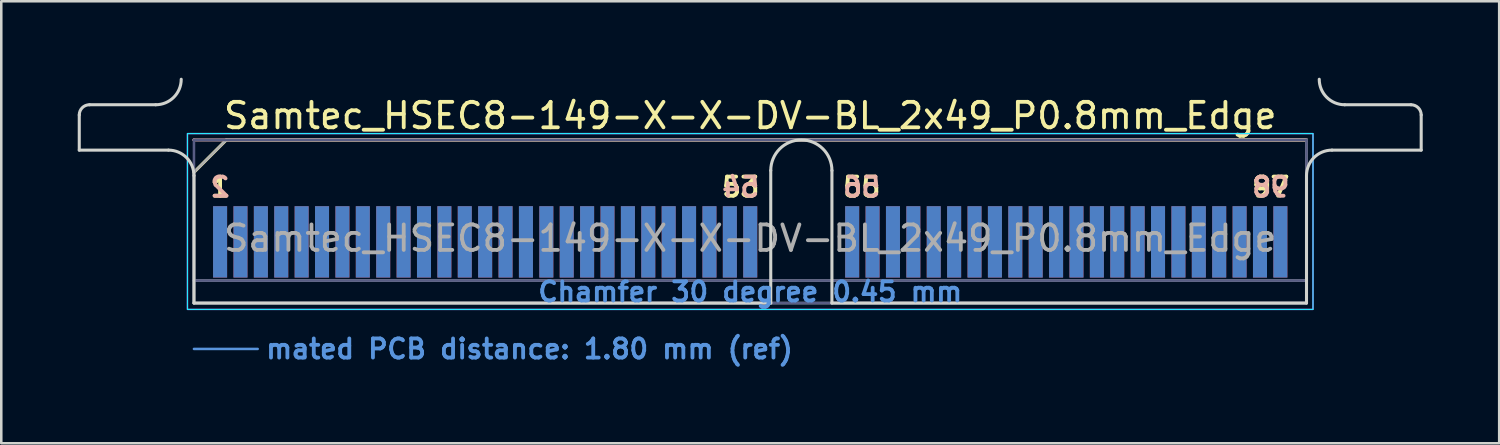
<source format=kicad_pcb>
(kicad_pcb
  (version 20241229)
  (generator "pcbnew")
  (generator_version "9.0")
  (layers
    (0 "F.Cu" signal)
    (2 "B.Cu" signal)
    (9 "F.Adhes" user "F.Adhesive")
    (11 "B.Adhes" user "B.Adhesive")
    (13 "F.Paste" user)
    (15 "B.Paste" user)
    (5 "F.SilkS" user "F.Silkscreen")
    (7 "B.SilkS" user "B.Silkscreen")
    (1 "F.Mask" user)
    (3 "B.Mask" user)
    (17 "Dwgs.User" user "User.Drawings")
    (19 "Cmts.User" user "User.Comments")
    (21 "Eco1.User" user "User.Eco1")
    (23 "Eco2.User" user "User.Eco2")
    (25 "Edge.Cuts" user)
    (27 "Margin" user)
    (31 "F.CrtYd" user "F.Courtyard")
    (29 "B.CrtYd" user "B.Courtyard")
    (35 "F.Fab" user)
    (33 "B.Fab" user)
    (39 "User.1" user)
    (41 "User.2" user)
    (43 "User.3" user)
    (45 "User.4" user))
  (footprint "Samtec_HSEC8-149-X-X-DV-BL_2x49_P0.8mm_Edge"
    (layer "F.Cu")
    (at 26.385 8.84)
    (property "Reference" "Samtec_HSEC8-149-X-X-DV-BL_2x49_P0.8mm_Edge" (at 0 -7.35 0) (layer "F.SilkS") (effects (font (size 1 1) (thickness 0.15))))
    (attr exclude_from_pos_files exclude_from_bom)
    (fp_line (start -21.825 -5.13) (end -20.555 -6.4) (stroke (width 0.12) (type solid)) (layer "F.SilkS"))
    (fp_line (start -20.555 -6.4) (end 21.825 -6.4) (stroke (width 0.12) (type solid)) (layer "F.SilkS"))
    (fp_line (start -21.825 -6.4) (end -21.825 -6.4) (stroke (width 0.12) (type solid)) (layer "B.SilkS"))
    (fp_line (start -21.825 -6.4) (end 21.825 -6.4) (stroke (width 0.12) (type solid)) (layer "B.SilkS"))
    (fp_line (start -21.825 1.8) (end -19.325 1.8) (stroke (width 0.1) (type solid)) (layer "Cmts.User"))
    (fp_line (start -26.325 -6) (end -26.325 -7.38) (stroke (width 0.12) (type solid)) (layer "Edge.Cuts"))
    (fp_line (start -25.925 -7.78) (end -23.325 -7.78) (stroke (width 0.12) (type solid)) (layer "Edge.Cuts"))
    (fp_line (start -22.825 -6) (end -26.325 -6) (stroke (width 0.12) (type solid)) (layer "Edge.Cuts"))
    (fp_line (start -21.825 -5) (end -21.825 0) (stroke (width 0.12) (type solid)) (layer "Edge.Cuts"))
    (fp_line (start -21.825 0) (end 0.805 0) (stroke (width 0.12) (type solid)) (layer "Edge.Cuts"))
    (fp_line (start 0.805 0) (end 0.805 -5.2) (stroke (width 0.12) (type solid)) (layer "Edge.Cuts"))
    (fp_line (start 3.205 -5.2) (end 3.205 0) (stroke (width 0.12) (type solid)) (layer "Edge.Cuts"))
    (fp_line (start 3.205 0) (end 21.825 0) (stroke (width 0.12) (type solid)) (layer "Edge.Cuts"))
    (fp_line (start 21.825 0) (end 21.825 -5) (stroke (width 0.12) (type solid)) (layer "Edge.Cuts"))
    (fp_line (start 22.825 -6) (end 26.325 -6) (stroke (width 0.12) (type solid)) (layer "Edge.Cuts"))
    (fp_line (start 25.925 -7.78) (end 23.325 -7.78) (stroke (width 0.12) (type solid)) (layer "Edge.Cuts"))
    (fp_line (start 26.325 -6) (end 26.325 -7.38) (stroke (width 0.12) (type solid)) (layer "Edge.Cuts"))
    (fp_arc (start -26.325 -7.38) (mid -26.207843 -7.662843) (end -25.925 -7.78) (stroke (width 0.12) (type solid)) (layer "Edge.Cuts"))
    (fp_arc (start -22.825 -6) (mid -22.117893 -5.707107) (end -21.825 -5) (stroke (width 0.12) (type solid)) (layer "Edge.Cuts"))
    (fp_arc (start -22.325 -8.78) (mid -22.617893 -8.072893) (end -23.325 -7.78) (stroke (width 0.12) (type solid)) (layer "Edge.Cuts"))
    (fp_arc (start 0.805 -5.2) (mid 2.005 -6.4) (end 3.205 -5.2) (stroke (width 0.12) (type solid)) (layer "Edge.Cuts"))
    (fp_arc (start 21.825 -5) (mid 22.117893 -5.707107) (end 22.825 -6) (stroke (width 0.12) (type solid)) (layer "Edge.Cuts"))
    (fp_arc (start 23.325 -7.78) (mid 22.617893 -8.072893) (end 22.325 -8.78) (stroke (width 0.12) (type solid)) (layer "Edge.Cuts"))
    (fp_arc (start 25.925 -7.78) (mid 26.207843 -7.662843) (end 26.325 -7.38) (stroke (width 0.12) (type solid)) (layer "Edge.Cuts"))
    (fp_rect (start -22.08 -6.65) (end 22.08 0.25) (stroke (width 0.05) (type solid)) (fill no) (layer "B.CrtYd"))
    (fp_rect (start -22.08 -6.65) (end 22.08 0.25) (stroke (width 0.05) (type solid)) (fill no) (layer "F.CrtYd"))
    (fp_line (start -21.825 -6.4) (end -21.825 -6.4) (stroke (width 0.1) (type solid)) (layer "B.Fab"))
    (fp_line (start -21.825 -6.4) (end -21.825 0) (stroke (width 0.1) (type solid)) (layer "B.Fab"))
    (fp_line (start -21.825 -6.4) (end 21.825 -6.4) (stroke (width 0.1) (type solid)) (layer "B.Fab"))
    (fp_line (start -21.825 -0.88) (end 21.825 -0.88) (stroke (width 0.1) (type solid)) (layer "B.Fab"))
    (fp_line (start -21.825 0) (end 21.825 0) (stroke (width 0.1) (type solid)) (layer "B.Fab"))
    (fp_line (start 21.825 -6.4) (end 21.825 0) (stroke (width 0.1) (type solid)) (layer "B.Fab"))
    (fp_line (start -21.825 -5.13) (end -21.825 0) (stroke (width 0.1) (type solid)) (layer "F.Fab"))
    (fp_line (start -21.825 -5.13) (end -20.555 -6.4) (stroke (width 0.1) (type solid)) (layer "F.Fab"))
    (fp_line (start -21.825 -0.88) (end 21.825 -0.88) (stroke (width 0.1) (type solid)) (layer "F.Fab"))
    (fp_line (start -21.825 0) (end 21.825 0) (stroke (width 0.1) (type solid)) (layer "F.Fab"))
    (fp_line (start -20.555 -6.4) (end 21.825 -6.4) (stroke (width 0.1) (type solid)) (layer "F.Fab"))
    (fp_line (start 21.825 -6.4) (end 21.825 0) (stroke (width 0.1) (type solid)) (layer "F.Fab"))
    (fp_text user "55" (at 4.375 -4.55 0) (layer "F.SilkS") (effects (font (size 0.75 0.75) (thickness 0.15))))
    (fp_text user "1" (at -20.8 -4.55 0) (layer "F.SilkS") (effects (font (size 0.75 0.75) (thickness 0.15))))
    (fp_text user "97" (at 20.425 -4.55 0) (layer "F.SilkS") (effects (font (size 0.75 0.75) (thickness 0.15))))
    (fp_text user "53" (at -0.375 -4.55 0) (layer "F.SilkS") (effects (font (size 0.75 0.75) (thickness 0.15))))
    (fp_text user "2" (at -20.8 -4.55 0) (layer "B.SilkS") (effects (font (size 0.75 0.75) (thickness 0.15)) (justify mirror)))
    (fp_text user "54" (at -0.375 -4.55 0) (layer "B.SilkS") (effects (font (size 0.75 0.75) (thickness 0.15)) (justify mirror)))
    (fp_text user "98" (at 20.425 -4.55 0) (layer "B.SilkS") (effects (font (size 0.75 0.75) (thickness 0.15)) (justify mirror)))
    (fp_text user "56" (at 4.375 -4.55 0) (layer "B.SilkS") (effects (font (size 0.75 0.75) (thickness 0.15)) (justify mirror)))
    (fp_text user "mated PCB distance: 1.80 mm (ref)" (at -19.08 1.8 0) (layer "Cmts.User") (effects (font (size 0.75 0.75) (thickness 0.15)) (justify left)))
    (fp_text user "Chamfer 30 degree 0.45 mm" (at 0 -0.44 0) (layer "Cmts.User") (effects (font (size 0.75 0.75) (thickness 0.15))))
    (fp_text user "${REFERENCE}" (at 0 -2.54 0) (layer "F.Fab") (effects (font (size 1 1) (thickness 0.15))))
    (pad "1" connect rect (at -20.8 -2.4) (size 0.55 2.8) (layers "F.Cu" "F.Mask"))
    (pad "2" connect rect (at -20.8 -2.4) (size 0.55 2.8) (layers "B.Cu" "B.Mask"))
    (pad "3" connect rect (at -20 -2.4) (size 0.55 2.8) (layers "F.Cu" "F.Mask"))
    (pad "4" connect rect (at -20 -2.4) (size 0.55 2.8) (layers "B.Cu" "B.Mask"))
    (pad "5" connect rect (at -19.2 -2.4) (size 0.55 2.8) (layers "F.Cu" "F.Mask"))
    (pad "6" connect rect (at -19.2 -2.4) (size 0.55 2.8) (layers "B.Cu" "B.Mask"))
    (pad "7" connect rect (at -18.4 -2.4) (size 0.55 2.8) (layers "F.Cu" "F.Mask"))
    (pad "8" connect rect (at -18.4 -2.4) (size 0.55 2.8) (layers "B.Cu" "B.Mask"))
    (pad "9" connect rect (at -17.6 -2.4) (size 0.55 2.8) (layers "F.Cu" "F.Mask"))
    (pad "10" connect rect (at -17.6 -2.4) (size 0.55 2.8) (layers "B.Cu" "B.Mask"))
    (pad "11" connect rect (at -16.8 -2.4) (size 0.55 2.8) (layers "F.Cu" "F.Mask"))
    (pad "12" connect rect (at -16.8 -2.4) (size 0.55 2.8) (layers "B.Cu" "B.Mask"))
    (pad "13" connect rect (at -16 -2.4) (size 0.55 2.8) (layers "F.Cu" "F.Mask"))
    (pad "14" connect rect (at -16 -2.4) (size 0.55 2.8) (layers "B.Cu" "B.Mask"))
    (pad "15" connect rect (at -15.2 -2.4) (size 0.55 2.8) (layers "F.Cu" "F.Mask"))
    (pad "16" connect rect (at -15.2 -2.4) (size 0.55 2.8) (layers "B.Cu" "B.Mask"))
    (pad "17" connect rect (at -14.4 -2.4) (size 0.55 2.8) (layers "F.Cu" "F.Mask"))
    (pad "18" connect rect (at -14.4 -2.4) (size 0.55 2.8) (layers "B.Cu" "B.Mask"))
    (pad "19" connect rect (at -13.6 -2.4) (size 0.55 2.8) (layers "F.Cu" "F.Mask"))
    (pad "20" connect rect (at -13.6 -2.4) (size 0.55 2.8) (layers "B.Cu" "B.Mask"))
    (pad "21" connect rect (at -12.8 -2.4) (size 0.55 2.8) (layers "F.Cu" "F.Mask"))
    (pad "22" connect rect (at -12.8 -2.4) (size 0.55 2.8) (layers "B.Cu" "B.Mask"))
    (pad "23" connect rect (at -12 -2.4) (size 0.55 2.8) (layers "F.Cu" "F.Mask"))
    (pad "24" connect rect (at -12 -2.4) (size 0.55 2.8) (layers "B.Cu" "B.Mask"))
    (pad "25" connect rect (at -11.2 -2.4) (size 0.55 2.8) (layers "F.Cu" "F.Mask"))
    (pad "26" connect rect (at -11.2 -2.4) (size 0.55 2.8) (layers "B.Cu" "B.Mask"))
    (pad "27" connect rect (at -10.4 -2.4) (size 0.55 2.8) (layers "F.Cu" "F.Mask"))
    (pad "28" connect rect (at -10.4 -2.4) (size 0.55 2.8) (layers "B.Cu" "B.Mask"))
    (pad "29" connect rect (at -9.6 -2.4) (size 0.55 2.8) (layers "F.Cu" "F.Mask"))
    (pad "30" connect rect (at -9.6 -2.4) (size 0.55 2.8) (layers "B.Cu" "B.Mask"))
    (pad "31" connect rect (at -8.8 -2.4) (size 0.55 2.8) (layers "F.Cu" "F.Mask"))
    (pad "32" connect rect (at -8.8 -2.4) (size 0.55 2.8) (layers "B.Cu" "B.Mask"))
    (pad "33" connect rect (at -8 -2.4) (size 0.55 2.8) (layers "F.Cu" "F.Mask"))
    (pad "34" connect rect (at -8 -2.4) (size 0.55 2.8) (layers "B.Cu" "B.Mask"))
    (pad "35" connect rect (at -7.2 -2.4) (size 0.55 2.8) (layers "F.Cu" "F.Mask"))
    (pad "36" connect rect (at -7.2 -2.4) (size 0.55 2.8) (layers "B.Cu" "B.Mask"))
    (pad "37" connect rect (at -6.4 -2.4) (size 0.55 2.8) (layers "F.Cu" "F.Mask"))
    (pad "38" connect rect (at -6.4 -2.4) (size 0.55 2.8) (layers "B.Cu" "B.Mask"))
    (pad "39" connect rect (at -5.6 -2.4) (size 0.55 2.8) (layers "F.Cu" "F.Mask"))
    (pad "40" connect rect (at -5.6 -2.4) (size 0.55 2.8) (layers "B.Cu" "B.Mask"))
    (pad "41" connect rect (at -4.8 -2.4) (size 0.55 2.8) (layers "F.Cu" "F.Mask"))
    (pad "42" connect rect (at -4.8 -2.4) (size 0.55 2.8) (layers "B.Cu" "B.Mask"))
    (pad "43" connect rect (at -4 -2.4) (size 0.55 2.8) (layers "F.Cu" "F.Mask"))
    (pad "44" connect rect (at -4 -2.4) (size 0.55 2.8) (layers "B.Cu" "B.Mask"))
    (pad "45" connect rect (at -3.2 -2.4) (size 0.55 2.8) (layers "F.Cu" "F.Mask"))
    (pad "46" connect rect (at -3.2 -2.4) (size 0.55 2.8) (layers "B.Cu" "B.Mask"))
    (pad "47" connect rect (at -2.4 -2.4) (size 0.55 2.8) (layers "F.Cu" "F.Mask"))
    (pad "48" connect rect (at -2.4 -2.4) (size 0.55 2.8) (layers "B.Cu" "B.Mask"))
    (pad "49" connect rect (at -1.6 -2.4) (size 0.55 2.8) (layers "F.Cu" "F.Mask"))
    (pad "50" connect rect (at -1.6 -2.4) (size 0.55 2.8) (layers "B.Cu" "B.Mask"))
    (pad "51" connect rect (at -0.8 -2.4) (size 0.55 2.8) (layers "F.Cu" "F.Mask"))
    (pad "52" connect rect (at -0.8 -2.4) (size 0.55 2.8) (layers "B.Cu" "B.Mask"))
    (pad "53" connect rect (at 0 -2.4) (size 0.55 2.8) (layers "F.Cu" "F.Mask"))
    (pad "54" connect rect (at 0 -2.4) (size 0.55 2.8) (layers "B.Cu" "B.Mask"))
    (pad "55" connect rect (at 4 -2.4) (size 0.55 2.8) (layers "F.Cu" "F.Mask"))
    (pad "56" connect rect (at 4 -2.4) (size 0.55 2.8) (layers "B.Cu" "B.Mask"))
    (pad "57" connect rect (at 4.8 -2.4) (size 0.55 2.8) (layers "F.Cu" "F.Mask"))
    (pad "58" connect rect (at 4.8 -2.4) (size 0.55 2.8) (layers "B.Cu" "B.Mask"))
    (pad "59" connect rect (at 5.6 -2.4) (size 0.55 2.8) (layers "F.Cu" "F.Mask"))
    (pad "60" connect rect (at 5.6 -2.4) (size 0.55 2.8) (layers "B.Cu" "B.Mask"))
    (pad "61" connect rect (at 6.4 -2.4) (size 0.55 2.8) (layers "F.Cu" "F.Mask"))
    (pad "62" connect rect (at 6.4 -2.4) (size 0.55 2.8) (layers "B.Cu" "B.Mask"))
    (pad "63" connect rect (at 7.2 -2.4) (size 0.55 2.8) (layers "F.Cu" "F.Mask"))
    (pad "64" connect rect (at 7.2 -2.4) (size 0.55 2.8) (layers "B.Cu" "B.Mask"))
    (pad "65" connect rect (at 8 -2.4) (size 0.55 2.8) (layers "F.Cu" "F.Mask"))
    (pad "66" connect rect (at 8 -2.4) (size 0.55 2.8) (layers "B.Cu" "B.Mask"))
    (pad "67" connect rect (at 8.8 -2.4) (size 0.55 2.8) (layers "F.Cu" "F.Mask"))
    (pad "68" connect rect (at 8.8 -2.4) (size 0.55 2.8) (layers "B.Cu" "B.Mask"))
    (pad "69" connect rect (at 9.6 -2.4) (size 0.55 2.8) (layers "F.Cu" "F.Mask"))
    (pad "70" connect rect (at 9.6 -2.4) (size 0.55 2.8) (layers "B.Cu" "B.Mask"))
    (pad "71" connect rect (at 10.4 -2.4) (size 0.55 2.8) (layers "F.Cu" "F.Mask"))
    (pad "72" connect rect (at 10.4 -2.4) (size 0.55 2.8) (layers "B.Cu" "B.Mask"))
    (pad "73" connect rect (at 11.2 -2.4) (size 0.55 2.8) (layers "F.Cu" "F.Mask"))
    (pad "74" connect rect (at 11.2 -2.4) (size 0.55 2.8) (layers "B.Cu" "B.Mask"))
    (pad "75" connect rect (at 12 -2.4) (size 0.55 2.8) (layers "F.Cu" "F.Mask"))
    (pad "76" connect rect (at 12 -2.4) (size 0.55 2.8) (layers "B.Cu" "B.Mask"))
    (pad "77" connect rect (at 12.8 -2.4) (size 0.55 2.8) (layers "F.Cu" "F.Mask"))
    (pad "78" connect rect (at 12.8 -2.4) (size 0.55 2.8) (layers "B.Cu" "B.Mask"))
    (pad "79" connect rect (at 13.6 -2.4) (size 0.55 2.8) (layers "F.Cu" "F.Mask"))
    (pad "80" connect rect (at 13.6 -2.4) (size 0.55 2.8) (layers "B.Cu" "B.Mask"))
    (pad "81" connect rect (at 14.4 -2.4) (size 0.55 2.8) (layers "F.Cu" "F.Mask"))
    (pad "82" connect rect (at 14.4 -2.4) (size 0.55 2.8) (layers "B.Cu" "B.Mask"))
    (pad "83" connect rect (at 15.2 -2.4) (size 0.55 2.8) (layers "F.Cu" "F.Mask"))
    (pad "84" connect rect (at 15.2 -2.4) (size 0.55 2.8) (layers "B.Cu" "B.Mask"))
    (pad "85" connect rect (at 16 -2.4) (size 0.55 2.8) (layers "F.Cu" "F.Mask"))
    (pad "86" connect rect (at 16 -2.4) (size 0.55 2.8) (layers "B.Cu" "B.Mask"))
    (pad "87" connect rect (at 16.8 -2.4) (size 0.55 2.8) (layers "F.Cu" "F.Mask"))
    (pad "88" connect rect (at 16.8 -2.4) (size 0.55 2.8) (layers "B.Cu" "B.Mask"))
    (pad "89" connect rect (at 17.6 -2.4) (size 0.55 2.8) (layers "F.Cu" "F.Mask"))
    (pad "90" connect rect (at 17.6 -2.4) (size 0.55 2.8) (layers "B.Cu" "B.Mask"))
    (pad "91" connect rect (at 18.4 -2.4) (size 0.55 2.8) (layers "F.Cu" "F.Mask"))
    (pad "92" connect rect (at 18.4 -2.4) (size 0.55 2.8) (layers "B.Cu" "B.Mask"))
    (pad "93" connect rect (at 19.2 -2.4) (size 0.55 2.8) (layers "F.Cu" "F.Mask"))
    (pad "94" connect rect (at 19.2 -2.4) (size 0.55 2.8) (layers "B.Cu" "B.Mask"))
    (pad "95" connect rect (at 20 -2.4) (size 0.55 2.8) (layers "F.Cu" "F.Mask"))
    (pad "96" connect rect (at 20 -2.4) (size 0.55 2.8) (layers "B.Cu" "B.Mask"))
    (pad "97" connect rect (at 20.8 -2.4) (size 0.55 2.8) (layers "F.Cu" "F.Mask"))
    (pad "98" connect rect (at 20.8 -2.4) (size 0.55 2.8) (layers "B.Cu" "B.Mask")))
  (gr_rect
    (start -3 -3)
    (end 55.77 14.342)
    (stroke (width 0.1) (type default))
    (fill no)
    (layer "Edge.Cuts")))
</source>
